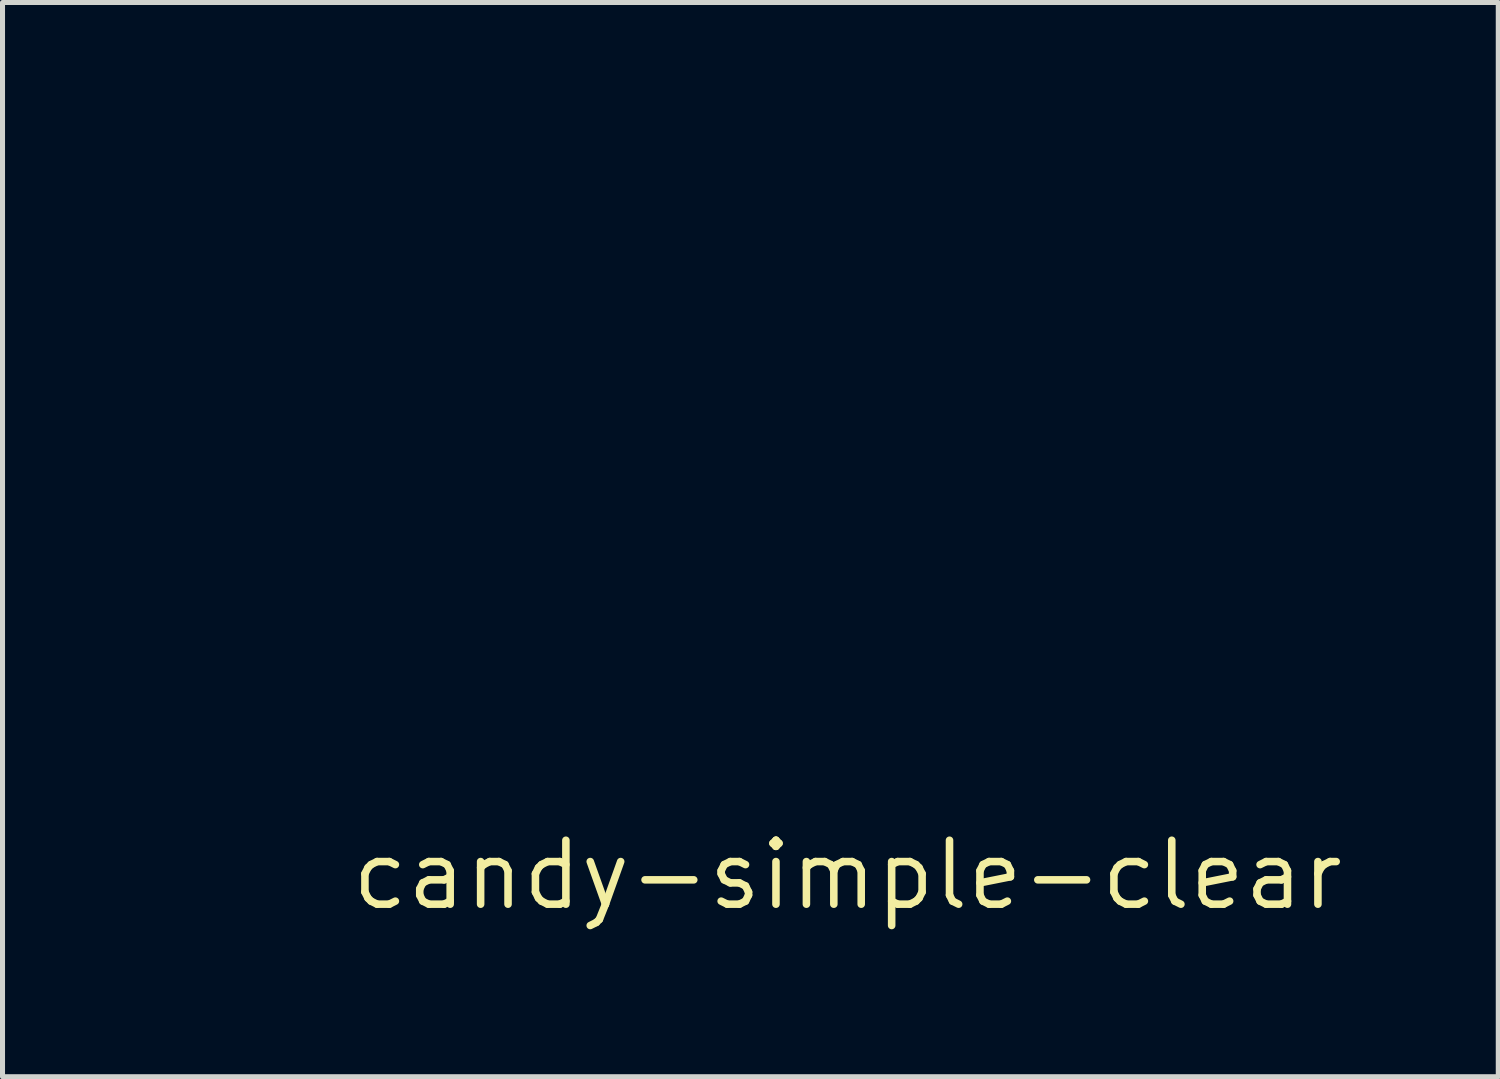
<source format=kicad_pcb>
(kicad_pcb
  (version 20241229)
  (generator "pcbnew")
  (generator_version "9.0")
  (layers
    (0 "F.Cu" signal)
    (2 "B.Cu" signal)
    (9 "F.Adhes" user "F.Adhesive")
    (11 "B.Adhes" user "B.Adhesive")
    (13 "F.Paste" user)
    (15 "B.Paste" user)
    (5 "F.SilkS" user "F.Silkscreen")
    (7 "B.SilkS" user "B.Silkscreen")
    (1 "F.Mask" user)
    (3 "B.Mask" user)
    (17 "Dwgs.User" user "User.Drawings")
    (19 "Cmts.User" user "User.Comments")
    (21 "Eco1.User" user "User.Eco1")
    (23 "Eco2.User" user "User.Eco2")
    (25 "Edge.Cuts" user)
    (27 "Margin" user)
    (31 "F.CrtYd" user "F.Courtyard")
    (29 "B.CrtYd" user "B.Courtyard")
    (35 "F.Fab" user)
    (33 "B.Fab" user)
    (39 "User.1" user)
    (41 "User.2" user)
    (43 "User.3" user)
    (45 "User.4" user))
  (footprint "candy-simple-clear"
    (layer "F.Cu")
    (at 13.784 14.33)
    (property "Reference" "candy-simple-clear" (at 0 0 0) (layer "F.SilkS") (effects (font (size 1.27 1.27) (thickness 0.15))))
    (attr through_hole)
    (fp_poly (pts (xy -12.05 -4.052) (xy -11.944 -4.021) (xy -11.91 -4.003) (xy -11.824 -3.928) (xy -11.769 -3.835) (xy -11.745 -3.731) (xy -11.752 -3.626) (xy -11.79 -3.528) (xy -11.857 -3.445) (xy -11.931 -3.396) (xy -12.01 -3.371) (xy -12.111 -3.355) (xy -12.216 -3.351) (xy -12.309 -3.358) (xy -12.351 -3.369) (xy -12.464 -3.427) (xy -12.541 -3.503) (xy -12.583 -3.602) (xy -12.594 -3.709) (xy -12.576 -3.828) (xy -12.522 -3.925) (xy -12.431 -4.001) (xy -12.392 -4.022) (xy -12.29 -4.053) (xy -12.171 -4.063) (xy -12.05 -4.052)) (stroke (width 0.01) (type solid)) (fill yes) (layer "F.Mask"))
    (fp_poly (pts (xy -3.552 -7.715) (xy -3.547 -7.702) (xy -3.541 -7.676) (xy -3.528 -7.615) (xy -3.509 -7.523) (xy -3.486 -7.407) (xy -3.459 -7.272) (xy -3.429 -7.123) (xy -3.398 -6.966) (xy -3.367 -6.807) (xy -3.336 -6.649) (xy -3.307 -6.5) (xy -3.281 -6.364) (xy -3.259 -6.247) (xy -3.241 -6.154) (xy -3.229 -6.091) (xy -3.225 -6.063) (xy -3.225 -6.062) (xy -3.245 -6.056) (xy -3.303 -6.043) (xy -3.393 -6.022) (xy -3.511 -5.995) (xy -3.653 -5.962) (xy -3.815 -5.924) (xy -3.992 -5.884) (xy -4.18 -5.841) (xy -4.374 -5.796) (xy -4.57 -5.751) (xy -4.764 -5.706) (xy -4.952 -5.663) (xy -5.129 -5.623) (xy -5.29 -5.586) (xy -5.432 -5.554) (xy -5.55 -5.527) (xy -5.64 -5.507) (xy -5.696 -5.494) (xy -5.715 -5.49) (xy -5.768 -5.48) (xy -5.715 -5.511) (xy -5.686 -5.525) (xy -5.621 -5.554) (xy -5.526 -5.596) (xy -5.403 -5.65) (xy -5.257 -5.714) (xy -5.093 -5.785) (xy -4.913 -5.863) (xy -4.721 -5.945) (xy -4.688 -5.959) (xy -4.498 -6.041) (xy -4.319 -6.118) (xy -4.157 -6.188) (xy -4.014 -6.249) (xy -3.895 -6.301) (xy -3.802 -6.341) (xy -3.741 -6.367) (xy -3.713 -6.379) (xy -3.712 -6.38) (xy -3.709 -6.4) (xy -3.703 -6.458) (xy -3.693 -6.548) (xy -3.681 -6.665) (xy -3.667 -6.804) (xy -3.651 -6.96) (xy -3.642 -7.048) (xy -3.625 -7.212) (xy -3.609 -7.361) (xy -3.595 -7.491) (xy -3.582 -7.597) (xy -3.573 -7.674) (xy -3.567 -7.717) (xy -3.565 -7.724) (xy -3.552 -7.715)) (stroke (width 0.01) (type solid)) (fill yes) (layer "F.Mask"))
    (fp_poly (pts (xy -2.862 -14.304) (xy -2.849 -14.243) (xy -2.829 -14.147) (xy -2.802 -14.016) (xy -2.77 -13.855) (xy -2.731 -13.665) (xy -2.688 -13.449) (xy -2.64 -13.211) (xy -2.588 -12.951) (xy -2.533 -12.674) (xy -2.475 -12.382) (xy -2.414 -12.076) (xy -2.351 -11.761) (xy -2.287 -11.438) (xy -2.222 -11.111) (xy -2.156 -10.781) (xy -2.091 -10.451) (xy -2.027 -10.125) (xy -1.963 -9.804) (xy -1.901 -9.492) (xy -1.842 -9.191) (xy -1.785 -8.903) (xy -1.731 -8.631) (xy -1.682 -8.378) (xy -1.636 -8.146) (xy -1.596 -7.939) (xy -1.56 -7.758) (xy -1.531 -7.606) (xy -1.508 -7.487) (xy -1.492 -7.401) (xy -1.483 -7.353) (xy -1.482 -7.343) (xy -1.491 -7.317) (xy -1.517 -7.256) (xy -1.559 -7.166) (xy -1.614 -7.049) (xy -1.681 -6.91) (xy -1.758 -6.753) (xy -1.843 -6.581) (xy -1.93 -6.406) (xy -2.378 -5.509) (xy -6.02 -4.67) (xy -6.405 -4.581) (xy -6.778 -4.495) (xy -7.139 -4.412) (xy -7.483 -4.333) (xy -7.811 -4.258) (xy -8.119 -4.187) (xy -8.406 -4.121) (xy -8.668 -4.061) (xy -8.906 -4.006) (xy -9.115 -3.958) (xy -9.294 -3.917) (xy -9.442 -3.884) (xy -9.555 -3.858) (xy -9.632 -3.84) (xy -9.671 -3.832) (xy -9.676 -3.831) (xy -9.681 -3.851) (xy -9.695 -3.911) (xy -9.715 -4.007) (xy -9.743 -4.137) (xy -9.776 -4.299) (xy -9.815 -4.491) (xy -9.86 -4.709) (xy -9.909 -4.951) (xy -9.962 -5.216) (xy -10.019 -5.5) (xy -10.08 -5.801) (xy -10.143 -6.117) (xy -10.208 -6.445) (xy -10.222 -6.514) (xy -10.291 -6.862) (xy -10.36 -7.211) (xy -10.428 -7.556) (xy -10.496 -7.895) (xy -10.561 -8.222) (xy -10.623 -8.536) (xy -10.682 -8.832) (xy -10.737 -9.108) (xy -10.786 -9.358) (xy -10.83 -9.58) (xy -10.868 -9.771) (xy -10.899 -9.926) (xy -10.917 -10.017) (xy -11.028 -10.574) (xy -10.664 -10.574) (xy -10.66 -10.553) (xy -10.649 -10.493) (xy -10.631 -10.397) (xy -10.606 -10.269) (xy -10.575 -10.109) (xy -10.538 -9.922) (xy -10.497 -9.71) (xy -10.451 -9.476) (xy -10.401 -9.222) (xy -10.348 -8.952) (xy -10.292 -8.668) (xy -10.234 -8.372) (xy -10.174 -8.069) (xy -10.114 -7.759) (xy -10.052 -7.447) (xy -9.99 -7.135) (xy -9.929 -6.825) (xy -9.869 -6.521) (xy -9.81 -6.225) (xy -9.754 -5.94) (xy -9.7 -5.668) (xy -9.649 -5.414) (xy -9.603 -5.178) (xy -9.56 -4.964) (xy -9.522 -4.775) (xy -9.49 -4.614) (xy -9.464 -4.483) (xy -9.444 -4.385) (xy -9.431 -4.323) (xy -9.426 -4.302) (xy -9.41 -4.265) (xy -9.395 -4.255) (xy -9.372 -4.259) (xy -9.311 -4.273) (xy -9.213 -4.295) (xy -9.08 -4.325) (xy -8.914 -4.363) (xy -8.719 -4.407) (xy -8.495 -4.459) (xy -8.246 -4.516) (xy -7.973 -4.578) (xy -7.679 -4.646) (xy -7.366 -4.718) (xy -7.035 -4.793) (xy -6.691 -4.873) (xy -6.333 -4.955) (xy -6.111 -5.006) (xy -5.747 -5.09) (xy -5.394 -5.171) (xy -5.054 -5.25) (xy -4.729 -5.325) (xy -4.422 -5.396) (xy -4.135 -5.463) (xy -3.87 -5.524) (xy -3.63 -5.58) (xy -3.416 -5.63) (xy -3.23 -5.673) (xy -3.076 -5.71) (xy -2.955 -5.738) (xy -2.87 -5.759) (xy -2.822 -5.771) (xy -2.812 -5.773) (xy -2.806 -5.78) (xy -2.802 -5.796) (xy -2.801 -5.823) (xy -2.805 -5.865) (xy -2.813 -5.925) (xy -2.827 -6.006) (xy -2.845 -6.112) (xy -2.871 -6.245) (xy -2.902 -6.409) (xy -2.941 -6.607) (xy -2.988 -6.841) (xy -3.007 -6.94) (xy -3.05 -7.154) (xy -3.091 -7.356) (xy -3.128 -7.541) (xy -3.161 -7.706) (xy -3.19 -7.847) (xy -3.213 -7.96) (xy -3.23 -8.041) (xy -3.24 -8.087) (xy -3.243 -8.097) (xy -3.264 -8.099) (xy -3.325 -8.103) (xy -3.422 -8.11) (xy -3.551 -8.119) (xy -3.71 -8.13) (xy -3.895 -8.142) (xy -4.103 -8.156) (xy -4.332 -8.171) (xy -4.577 -8.187) (xy -4.836 -8.203) (xy -4.941 -8.21) (xy -5.204 -8.227) (xy -5.455 -8.243) (xy -5.69 -8.259) (xy -5.906 -8.273) (xy -6.101 -8.286) (xy -6.27 -8.297) (xy -6.411 -8.307) (xy -6.52 -8.314) (xy -6.595 -8.32) (xy -6.632 -8.323) (xy -6.636 -8.324) (xy -6.646 -8.343) (xy -6.676 -8.396) (xy -6.723 -8.48) (xy -6.786 -8.592) (xy -6.864 -8.73) (xy -6.953 -8.891) (xy -7.054 -9.071) (xy -7.165 -9.269) (xy -7.283 -9.48) (xy -7.408 -9.703) (xy -7.419 -9.723) (xy -7.544 -9.947) (xy -7.664 -10.159) (xy -7.777 -10.358) (xy -7.88 -10.541) (xy -7.973 -10.704) (xy -8.054 -10.844) (xy -8.121 -10.96) (xy -8.172 -11.047) (xy -8.207 -11.103) (xy -8.222 -11.126) (xy -8.223 -11.126) (xy -8.246 -11.122) (xy -8.306 -11.111) (xy -8.399 -11.091) (xy -8.519 -11.065) (xy -8.663 -11.034) (xy -8.826 -10.998) (xy -9.004 -10.958) (xy -9.191 -10.916) (xy -9.385 -10.873) (xy -9.58 -10.829) (xy -9.772 -10.785) (xy -9.956 -10.743) (xy -10.128 -10.703) (xy -10.284 -10.667) (xy -10.419 -10.635) (xy -10.529 -10.609) (xy -10.609 -10.589) (xy -10.654 -10.577) (xy -10.664 -10.574) (xy -11.028 -10.574) (xy -11.08 -10.838) (xy -10.864 -11.271) (xy -7.654 -11.271) (xy -5.515 -9.965) (xy -5.24 -9.797) (xy -4.975 -9.636) (xy -4.722 -9.482) (xy -4.484 -9.337) (xy -4.262 -9.202) (xy -4.06 -9.079) (xy -3.879 -8.969) (xy -3.721 -8.873) (xy -3.589 -8.794) (xy -3.485 -8.731) (xy -3.411 -8.687) (xy -3.369 -8.663) (xy -3.361 -8.658) (xy -3.352 -8.673) (xy -3.354 -8.684) (xy -3.359 -8.708) (xy -3.372 -8.771) (xy -3.392 -8.869) (xy -3.418 -8.999) (xy -3.449 -9.158) (xy -3.486 -9.343) (xy -3.528 -9.551) (xy -3.573 -9.778) (xy -3.621 -10.021) (xy -3.672 -10.278) (xy -3.696 -10.403) (xy -3.748 -10.665) (xy -3.797 -10.914) (xy -3.843 -11.148) (xy -3.886 -11.363) (xy -3.924 -11.557) (xy -3.958 -11.726) (xy -3.986 -11.868) (xy -4.008 -11.979) (xy -4.024 -12.056) (xy -4.032 -12.096) (xy -4.033 -12.102) (xy -4.053 -12.098) (xy -4.112 -12.085) (xy -4.206 -12.064) (xy -4.333 -12.036) (xy -4.489 -12) (xy -4.671 -11.959) (xy -4.877 -11.912) (xy -5.104 -11.86) (xy -5.348 -11.804) (xy -5.606 -11.744) (xy -5.845 -11.689) (xy -7.654 -11.271) (xy -10.864 -11.271) (xy -10.628 -11.743) (xy -10.175 -12.649) (xy -6.525 -13.491) (xy -6.14 -13.58) (xy -5.767 -13.666) (xy -5.406 -13.749) (xy -5.061 -13.828) (xy -4.733 -13.903) (xy -4.425 -13.974) (xy -4.138 -14.039) (xy -3.875 -14.099) (xy -3.638 -14.153) (xy -3.429 -14.201) (xy -3.249 -14.241) (xy -3.102 -14.274) (xy -2.988 -14.3) (xy -2.911 -14.316) (xy -2.871 -14.324) (xy -2.867 -14.325) (xy -2.862 -14.304)) (stroke (width 0.01) (type solid)) (fill yes) (layer "F.Mask"))
    (fp_poly (pts (xy -3.64 -4.396) (xy -3.634 -4.372) (xy -3.629 -4.328) (xy -3.626 -4.261) (xy -3.623 -4.167) (xy -3.621 -4.042) (xy -3.62 -3.884) (xy -3.62 -3.689) (xy -3.619 -3.576) (xy -3.619 -2.75) (xy -3.53 -2.811) (xy -3.34 -2.919) (xy -3.123 -3.004) (xy -2.888 -3.064) (xy -2.644 -3.099) (xy -2.401 -3.106) (xy -2.169 -3.084) (xy -2.039 -3.057) (xy -1.847 -2.986) (xy -1.677 -2.879) (xy -1.532 -2.74) (xy -1.415 -2.57) (xy -1.383 -2.507) (xy -1.306 -2.347) (xy -1.27 -2.449) (xy -1.24 -2.526) (xy -1.208 -2.601) (xy -1.196 -2.624) (xy -1.145 -2.7) (xy -1.068 -2.786) (xy -0.978 -2.871) (xy -0.885 -2.945) (xy -0.806 -2.994) (xy -0.651 -3.056) (xy -0.485 -3.092) (xy -0.317 -3.104) (xy -0.151 -3.092) (xy 0.004 -3.058) (xy 0.142 -3.002) (xy 0.256 -2.926) (xy 0.339 -2.831) (xy 0.34 -2.829) (xy 0.381 -2.762) (xy 0.381 -2.916) (xy 0.381 -3.069) (xy 1.228 -3.069) (xy 1.227 -1.815) (xy 1.227 -1.534) (xy 1.227 -1.293) (xy 1.225 -1.086) (xy 1.223 -0.91) (xy 1.22 -0.763) (xy 1.215 -0.64) (xy 1.208 -0.537) (xy 1.199 -0.452) (xy 1.187 -0.38) (xy 1.173 -0.318) (xy 1.156 -0.262) (xy 1.135 -0.208) (xy 1.11 -0.154) (xy 1.081 -0.095) (xy 1.081 -0.094) (xy 0.965 0.097) (xy 0.823 0.256) (xy 0.653 0.383) (xy 0.453 0.48) (xy 0.392 0.502) (xy 0.345 0.517) (xy 0.302 0.53) (xy 0.259 0.539) (xy 0.21 0.547) (xy 0.149 0.552) (xy 0.071 0.557) (xy -0.028 0.56) (xy -0.155 0.562) (xy -0.314 0.565) (xy -0.492 0.567) (xy -1.206 0.575) (xy -1.206 -0.102) (xy -0.609 -0.11) (xy -0.011 -0.117) (xy 0.097 -0.173) (xy 0.22 -0.257) (xy 0.315 -0.36) (xy 0.377 -0.477) (xy 0.402 -0.601) (xy 0.402 -0.613) (xy 0.402 -0.664) (xy 0.344 -0.61) (xy 0.224 -0.525) (xy 0.076 -0.465) (xy -0.095 -0.433) (xy -0.281 -0.43) (xy -0.306 -0.432) (xy -0.527 -0.47) (xy -0.73 -0.542) (xy -0.911 -0.649) (xy -1.067 -0.786) (xy -1.173 -0.918) (xy -1.228 -1.001) (xy -1.228 -0.36) (xy -2.095 -0.36) (xy -2.095 -0.476) (xy -2.097 -0.54) (xy -2.1 -0.582) (xy -2.104 -0.593) (xy -2.124 -0.582) (xy -2.17 -0.553) (xy -2.231 -0.513) (xy -2.236 -0.51) (xy -2.391 -0.422) (xy -2.55 -0.367) (xy -2.725 -0.339) (xy -2.838 -0.335) (xy -3.053 -0.349) (xy -3.24 -0.392) (xy -3.403 -0.466) (xy -3.536 -0.564) (xy -3.619 -0.64) (xy -3.619 -0.36) (xy -4.487 -0.36) (xy -4.487 -0.617) (xy -4.577 -0.544) (xy -4.744 -0.434) (xy -4.926 -0.361) (xy -5.118 -0.324) (xy -5.313 -0.325) (xy -5.503 -0.363) (xy -5.652 -0.424) (xy -5.747 -0.485) (xy -5.85 -0.573) (xy -5.951 -0.676) (xy -6.039 -0.785) (xy -6.104 -0.886) (xy -6.148 -0.975) (xy -6.181 -1.061) (xy -6.207 -1.15) (xy -6.224 -1.249) (xy -6.235 -1.367) (xy -6.241 -1.51) (xy -6.243 -1.658) (xy -5.356 -1.658) (xy -5.35 -1.545) (xy -5.337 -1.451) (xy -5.322 -1.402) (xy -5.254 -1.288) (xy -5.156 -1.204) (xy -5.133 -1.19) (xy -5.028 -1.147) (xy -4.926 -1.134) (xy -4.813 -1.149) (xy -4.75 -1.166) (xy -4.694 -1.194) (xy -4.646 -1.231) (xy -2.942 -1.231) (xy -2.93 -1.145) (xy -2.887 -1.068) (xy -2.813 -1.01) (xy -2.811 -1.009) (xy -2.714 -0.98) (xy -2.598 -0.975) (xy -2.478 -0.991) (xy -2.38 -1.024) (xy -2.263 -1.099) (xy -2.173 -1.2) (xy -2.116 -1.319) (xy -2.096 -1.447) (xy -2.095 -1.507) (xy -2.408 -1.499) (xy -2.541 -1.494) (xy -2.639 -1.488) (xy -2.711 -1.479) (xy -2.763 -1.466) (xy -2.8 -1.452) (xy -2.877 -1.394) (xy -2.925 -1.317) (xy -2.942 -1.231) (xy -4.646 -1.231) (xy -4.634 -1.24) (xy -4.619 -1.255) (xy -4.566 -1.316) (xy -4.529 -1.381) (xy -4.506 -1.458) (xy -4.492 -1.556) (xy -4.488 -1.669) (xy -0.469 -1.669) (xy -0.462 -1.549) (xy -0.449 -1.445) (xy -0.429 -1.368) (xy -0.424 -1.355) (xy -0.359 -1.265) (xy -0.268 -1.188) (xy -0.19 -1.145) (xy -0.092 -1.124) (xy 0.021 -1.127) (xy 0.129 -1.153) (xy 0.171 -1.171) (xy 0.268 -1.245) (xy 0.327 -1.321) (xy 0.354 -1.369) (xy 0.373 -1.413) (xy 0.385 -1.465) (xy 0.392 -1.536) (xy 0.397 -1.635) (xy 0.398 -1.66) (xy 0.399 -1.823) (xy 0.388 -1.952) (xy 0.362 -2.054) (xy 0.32 -2.135) (xy 0.26 -2.204) (xy 0.255 -2.208) (xy 0.146 -2.284) (xy 0.027 -2.319) (xy -0.105 -2.314) (xy -0.124 -2.311) (xy -0.251 -2.266) (xy -0.352 -2.193) (xy -0.422 -2.093) (xy -0.425 -2.087) (xy -0.446 -2.015) (xy -0.461 -1.913) (xy -0.468 -1.794) (xy -0.469 -1.669) (xy -4.488 -1.669) (xy -4.488 -1.684) (xy -4.487 -1.731) (xy -4.487 -1.731) (xy -3.619 -1.731) (xy -3.548 -1.794) (xy -3.486 -1.84) (xy -3.408 -1.888) (xy -3.361 -1.912) (xy -3.252 -1.96) (xy -3.149 -1.997) (xy -3.042 -2.024) (xy -2.923 -2.044) (xy -2.783 -2.057) (xy -2.614 -2.065) (xy -2.514 -2.069) (xy -2.366 -2.073) (xy -2.256 -2.077) (xy -2.179 -2.083) (xy -2.13 -2.092) (xy -2.104 -2.107) (xy -2.097 -2.129) (xy -2.104 -2.159) (xy -2.121 -2.2) (xy -2.124 -2.207) (xy -2.19 -2.312) (xy -2.284 -2.392) (xy -2.403 -2.445) (xy -2.541 -2.471) (xy -2.694 -2.47) (xy -2.856 -2.441) (xy -3.023 -2.385) (xy -3.19 -2.3) (xy -3.199 -2.295) (xy -3.262 -2.258) (xy -3.312 -2.232) (xy -3.337 -2.223) (xy -3.353 -2.24) (xy -3.385 -2.288) (xy -3.429 -2.359) (xy -3.479 -2.447) (xy -3.487 -2.461) (xy -3.618 -2.699) (xy -3.619 -1.731) (xy -4.487 -1.731) (xy -4.488 -1.842) (xy -4.492 -1.922) (xy -4.5 -1.98) (xy -4.514 -2.029) (xy -4.536 -2.078) (xy -4.54 -2.086) (xy -4.613 -2.189) (xy -4.707 -2.262) (xy -4.816 -2.304) (xy -4.931 -2.316) (xy -5.046 -2.297) (xy -5.154 -2.25) (xy -5.246 -2.172) (xy -5.315 -2.065) (xy -5.316 -2.064) (xy -5.336 -1.994) (xy -5.349 -1.895) (xy -5.356 -1.779) (xy -5.356 -1.658) (xy -6.243 -1.658) (xy -6.243 -1.686) (xy -6.243 -1.736) (xy -6.242 -1.872) (xy -6.24 -1.999) (xy -6.236 -2.108) (xy -6.232 -2.192) (xy -6.226 -2.242) (xy -6.225 -2.246) (xy -6.207 -2.323) (xy -6.303 -2.336) (xy -6.405 -2.347) (xy -6.486 -2.346) (xy -6.566 -2.332) (xy -6.622 -2.317) (xy -6.751 -2.257) (xy -6.86 -2.163) (xy -6.928 -2.066) (xy -6.94 -2.042) (xy -6.95 -2.018) (xy -6.957 -1.988) (xy -6.963 -1.948) (xy -6.968 -1.893) (xy -6.972 -1.82) (xy -6.975 -1.724) (xy -6.977 -1.6) (xy -6.979 -1.445) (xy -6.98 -1.253) (xy -6.981 -1.169) (xy -6.988 -0.36) (xy -7.832 -0.36) (xy -7.833 -0.746) (xy -7.834 -1.132) (xy -7.872 -1.035) (xy -7.954 -0.875) (xy -8.069 -0.723) (xy -8.206 -0.59) (xy -8.356 -0.486) (xy -8.387 -0.469) (xy -8.522 -0.409) (xy -8.656 -0.368) (xy -8.801 -0.343) (xy -8.97 -0.331) (xy -9.059 -0.33) (xy -9.288 -0.34) (xy -9.488 -0.374) (xy -9.665 -0.434) (xy -9.827 -0.523) (xy -9.983 -0.644) (xy -10.025 -0.683) (xy -10.181 -0.831) (xy -10.181 -0.36) (xy -10.462 -0.36) (xy -10.627 -0.364) (xy -10.76 -0.375) (xy -10.871 -0.396) (xy -10.968 -0.428) (xy -11.038 -0.461) (xy -11.107 -0.506) (xy -11.184 -0.572) (xy -11.256 -0.645) (xy -11.31 -0.713) (xy -11.321 -0.73) (xy -11.331 -0.741) (xy -11.339 -0.724) (xy -11.343 -0.676) (xy -11.345 -0.59) (xy -11.345 -0.556) (xy -11.345 -0.339) (xy -11.509 -0.339) (xy -11.736 -0.346) (xy -11.927 -0.37) (xy -12.088 -0.409) (xy -12.222 -0.468) (xy -12.334 -0.545) (xy -12.377 -0.584) (xy -12.488 -0.696) (xy -12.488 -0.355) (xy -12.822 -0.364) (xy -12.956 -0.369) (xy -13.056 -0.375) (xy -13.133 -0.383) (xy -13.194 -0.395) (xy -13.249 -0.411) (xy -13.281 -0.423) (xy -13.404 -0.49) (xy -13.521 -0.586) (xy -13.618 -0.701) (xy -13.671 -0.792) (xy -13.691 -0.836) (xy -13.708 -0.877) (xy -13.723 -0.921) (xy -13.735 -0.969) (xy -13.746 -1.025) (xy -13.754 -1.092) (xy -13.761 -1.173) (xy -13.767 -1.272) (xy -13.771 -1.391) (xy -13.774 -1.534) (xy -13.776 -1.703) (xy -13.778 -1.903) (xy -13.779 -2.135) (xy -13.779 -2.404) (xy -13.779 -2.693) (xy -13.78 -4.212) (xy -12.913 -4.212) (xy -12.907 -2.736) (xy -12.906 -2.449) (xy -12.905 -2.202) (xy -12.903 -1.991) (xy -12.902 -1.813) (xy -12.9 -1.665) (xy -12.898 -1.545) (xy -12.896 -1.449) (xy -12.893 -1.374) (xy -12.889 -1.317) (xy -12.885 -1.275) (xy -12.88 -1.245) (xy -12.874 -1.224) (xy -12.867 -1.209) (xy -12.863 -1.203) (xy -12.827 -1.159) (xy -12.782 -1.13) (xy -12.714 -1.108) (xy -12.689 -1.102) (xy -12.626 -1.086) (xy -12.64 -3.069) (xy -11.748 -3.069) (xy -11.747 -2.175) (xy -11.747 -1.938) (xy -11.746 -1.741) (xy -11.744 -1.581) (xy -11.741 -1.454) (xy -11.737 -1.358) (xy -11.732 -1.291) (xy -11.726 -1.248) (xy -11.721 -1.23) (xy -11.664 -1.16) (xy -11.582 -1.109) (xy -11.525 -1.091) (xy -11.462 -1.078) (xy -11.468 -2.645) (xy -11.475 -4.212) (xy -10.583 -4.212) (xy -10.583 -2.751) (xy -10.583 -2.457) (xy -10.583 -2.203) (xy -10.583 -1.986) (xy -10.582 -1.802) (xy -10.58 -1.648) (xy -10.577 -1.522) (xy -10.573 -1.421) (xy -10.567 -1.341) (xy -10.56 -1.28) (xy -10.55 -1.234) (xy -10.538 -1.201) (xy -10.524 -1.178) (xy -10.508 -1.161) (xy -10.488 -1.149) (xy -10.465 -1.137) (xy -10.457 -1.133) (xy -10.387 -1.104) (xy -10.347 -1.104) (xy -10.335 -1.134) (xy -10.339 -1.159) (xy -10.365 -1.296) (xy -10.383 -1.461) (xy -10.392 -1.635) (xy -9.523 -1.635) (xy -9.52 -1.52) (xy -9.512 -1.434) (xy -9.505 -1.402) (xy -9.454 -1.288) (xy -9.37 -1.193) (xy -9.264 -1.123) (xy -9.143 -1.085) (xy -9.081 -1.08) (xy -8.998 -1.09) (xy -8.915 -1.113) (xy -8.9 -1.119) (xy -8.815 -1.173) (xy -8.74 -1.246) (xy -8.686 -1.327) (xy -8.667 -1.382) (xy -8.663 -1.428) (xy -8.66 -1.507) (xy -8.659 -1.608) (xy -8.66 -1.724) (xy -8.661 -1.77) (xy -8.664 -1.894) (xy -8.668 -1.984) (xy -8.674 -2.047) (xy -8.683 -2.092) (xy -8.696 -2.126) (xy -8.715 -2.157) (xy -8.719 -2.163) (xy -8.799 -2.255) (xy -8.894 -2.313) (xy -9.013 -2.342) (xy -9.057 -2.345) (xy -9.194 -2.337) (xy -9.306 -2.296) (xy -9.398 -2.22) (xy -9.45 -2.149) (xy -9.476 -2.105) (xy -9.494 -2.065) (xy -9.506 -2.02) (xy -9.513 -1.96) (xy -9.518 -1.875) (xy -9.521 -1.77) (xy -9.523 -1.635) (xy -10.392 -1.635) (xy -10.392 -1.643) (xy -10.392 -1.827) (xy -10.383 -2.002) (xy -10.371 -2.106) (xy -10.323 -2.295) (xy -10.238 -2.478) (xy -10.119 -2.648) (xy -9.971 -2.8) (xy -9.834 -2.903) (xy -9.657 -2.996) (xy -9.459 -3.061) (xy -9.248 -3.098) (xy -9.032 -3.108) (xy -8.816 -3.091) (xy -8.608 -3.047) (xy -8.417 -2.977) (xy -8.248 -2.882) (xy -8.167 -2.818) (xy -8.067 -2.712) (xy -7.972 -2.583) (xy -7.896 -2.449) (xy -7.872 -2.394) (xy -7.834 -2.297) (xy -7.833 -2.683) (xy -7.832 -3.069) (xy -6.964 -3.069) (xy -6.964 -2.76) (xy -6.841 -2.88) (xy -6.72 -2.981) (xy -6.595 -3.048) (xy -6.456 -3.086) (xy -6.291 -3.099) (xy -6.287 -3.099) (xy -6.185 -3.095) (xy -6.084 -3.086) (xy -6.002 -3.073) (xy -5.993 -3.071) (xy -5.88 -3.043) (xy -5.893 -2.963) (xy -5.905 -2.9) (xy -5.918 -2.85) (xy -5.92 -2.845) (xy -5.913 -2.836) (xy -5.878 -2.853) (xy -5.819 -2.895) (xy -5.665 -2.994) (xy -5.503 -3.059) (xy -5.343 -3.095) (xy -5.179 -3.105) (xy -5.01 -3.088) (xy -4.847 -3.046) (xy -4.701 -2.983) (xy -4.581 -2.902) (xy -4.556 -2.879) (xy -4.487 -2.81) (xy -4.487 -3.51) (xy -4.487 -3.701) (xy -4.487 -3.854) (xy -4.485 -3.973) (xy -4.483 -4.063) (xy -4.48 -4.128) (xy -4.476 -4.171) (xy -4.47 -4.198) (xy -4.462 -4.213) (xy -4.452 -4.219) (xy -4.45 -4.22) (xy -4.406 -4.232) (xy -4.332 -4.25) (xy -4.237 -4.272) (xy -4.129 -4.297) (xy -4.015 -4.323) (xy -3.904 -4.348) (xy -3.804 -4.371) (xy -3.722 -4.388) (xy -3.667 -4.399) (xy -3.647 -4.403) (xy -3.64 -4.396)) (stroke (width 0.01) (type solid)) (fill yes) (layer "F.Mask")))
  (gr_rect
    (start -3 -3)
    (end 26.71 18.336)
    (stroke (width 0.1) (type default))
    (fill no)
    (layer "Edge.Cuts")))
</source>
